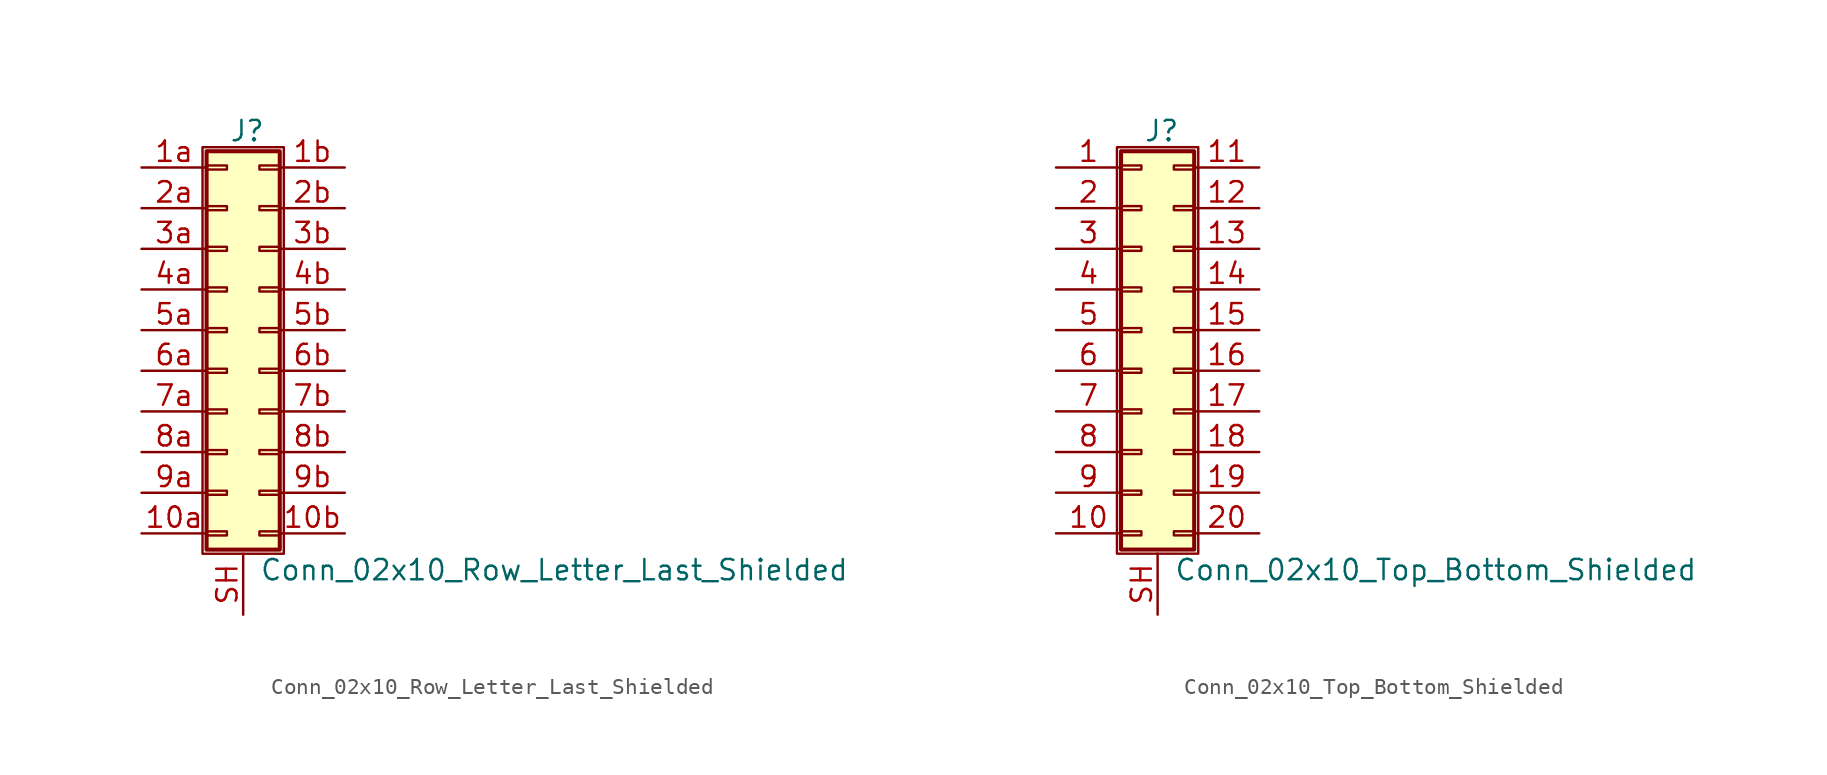
<source format=kicad_sym>
(kicad_symbol_lib
  (version 20201005)
  (generator kicad_symbol_editor)
  (symbol "Connector_Generic_Shielded:Conn_02x10_Row_Letter_Last_Shielded"
    (pin_names
      (offset 1.016) hide)
    (property "Reference" "J"
      (at 1.524 12.446 0)
      (effects (font (size 1.27 1.27))))
    (property "Value" "Conn_02x10_Row_Letter_Last_Shielded"
      (at 2.286 -14.986 0)
      (effects (font (size 1.27 1.27)) (justify left)))
    (symbol "Conn_02x10_Row_Letter_Last_Shielded_1_1"
      (rectangle (start -1.016 -4.953) (end 0.254 -5.207) (stroke (width 0.152)) (fill (type none)))
      (rectangle (start -1.016 -7.493) (end 0.254 -7.747) (stroke (width 0.152)) (fill (type none)))
      (rectangle (start -1.016 -10.033) (end 0.254 -10.287) (stroke (width 0.152)) (fill (type none)))
      (rectangle (start -1.016 -12.573) (end 0.254 -12.827) (stroke (width 0.152)) (fill (type none)))
      (rectangle (start -1.016 -2.413) (end 0.254 -2.667) (stroke (width 0.152)) (fill (type none)))
      (rectangle (start -1.016 2.667) (end 0.254 2.413) (stroke (width 0.152)) (fill (type none)))
      (rectangle (start -1.016 5.207) (end 0.254 4.953) (stroke (width 0.152)) (fill (type none)))
      (rectangle (start -1.016 7.747) (end 0.254 7.493) (stroke (width 0.152)) (fill (type none)))
      (rectangle (start -1.016 10.287) (end 0.254 10.033) (stroke (width 0.152)) (fill (type none)))
      (rectangle (start -1.016 11.176) (end 3.556 -13.716) (stroke (width 0.254)) (fill (type background)))
      (rectangle (start -1.016 0.127) (end 0.254 -0.127) (stroke (width 0.152)) (fill (type none)))
      (rectangle (start -1.27 11.43) (end 3.81 -13.97) (stroke (width 0.152)) (fill (type none)))
      (rectangle (start 3.556 -4.953) (end 2.286 -5.207) (stroke (width 0.152)) (fill (type none)))
      (rectangle (start 3.556 -7.493) (end 2.286 -7.747) (stroke (width 0.152)) (fill (type none)))
      (rectangle (start 3.556 -10.033) (end 2.286 -10.287) (stroke (width 0.152)) (fill (type none)))
      (rectangle (start 3.556 -12.573) (end 2.286 -12.827) (stroke (width 0.152)) (fill (type none)))
      (rectangle (start 3.556 -2.413) (end 2.286 -2.667) (stroke (width 0.152)) (fill (type none)))
      (rectangle (start 3.556 2.667) (end 2.286 2.413) (stroke (width 0.152)) (fill (type none)))
      (rectangle (start 3.556 5.207) (end 2.286 4.953) (stroke (width 0.152)) (fill (type none)))
      (rectangle (start 3.556 7.747) (end 2.286 7.493) (stroke (width 0.152)) (fill (type none)))
      (rectangle (start 3.556 10.287) (end 2.286 10.033) (stroke (width 0.152)) (fill (type none)))
      (rectangle (start 3.556 0.127) (end 2.286 -0.127) (stroke (width 0.152)) (fill (type none)))
      (pin passive line (at -5.08 -12.7 0) (length 4.064) (name "Pin_10a" (effects (font (size 1.27 1.27)))) (number "10a" (effects (font (size 1.27 1.27)))))
      (pin passive line (at 7.62 -12.7 180) (length 4.064) (name "Pin_10b" (effects (font (size 1.27 1.27)))) (number "10b" (effects (font (size 1.27 1.27)))))
      (pin passive line (at -5.08 10.16 0) (length 4.064) (name "Pin_1a" (effects (font (size 1.27 1.27)))) (number "1a" (effects (font (size 1.27 1.27)))))
      (pin passive line (at 7.62 10.16 180) (length 4.064) (name "Pin_1b" (effects (font (size 1.27 1.27)))) (number "1b" (effects (font (size 1.27 1.27)))))
      (pin passive line (at -5.08 7.62 0) (length 4.064) (name "Pin_2a" (effects (font (size 1.27 1.27)))) (number "2a" (effects (font (size 1.27 1.27)))))
      (pin passive line (at 7.62 7.62 180) (length 4.064) (name "Pin_2b" (effects (font (size 1.27 1.27)))) (number "2b" (effects (font (size 1.27 1.27)))))
      (pin passive line (at -5.08 5.08 0) (length 4.064) (name "Pin_3a" (effects (font (size 1.27 1.27)))) (number "3a" (effects (font (size 1.27 1.27)))))
      (pin passive line (at 7.62 5.08 180) (length 4.064) (name "Pin_3b" (effects (font (size 1.27 1.27)))) (number "3b" (effects (font (size 1.27 1.27)))))
      (pin passive line (at -5.08 2.54 0) (length 4.064) (name "Pin_4a" (effects (font (size 1.27 1.27)))) (number "4a" (effects (font (size 1.27 1.27)))))
      (pin passive line (at 7.62 2.54 180) (length 4.064) (name "Pin_4b" (effects (font (size 1.27 1.27)))) (number "4b" (effects (font (size 1.27 1.27)))))
      (pin passive line (at -5.08 0 0) (length 4.064) (name "Pin_5a" (effects (font (size 1.27 1.27)))) (number "5a" (effects (font (size 1.27 1.27)))))
      (pin passive line (at 7.62 0 180) (length 4.064) (name "Pin_5b" (effects (font (size 1.27 1.27)))) (number "5b" (effects (font (size 1.27 1.27)))))
      (pin passive line (at -5.08 -2.54 0) (length 4.064) (name "Pin_6a" (effects (font (size 1.27 1.27)))) (number "6a" (effects (font (size 1.27 1.27)))))
      (pin passive line (at 7.62 -2.54 180) (length 4.064) (name "Pin_6b" (effects (font (size 1.27 1.27)))) (number "6b" (effects (font (size 1.27 1.27)))))
      (pin passive line (at -5.08 -5.08 0) (length 4.064) (name "Pin_7a" (effects (font (size 1.27 1.27)))) (number "7a" (effects (font (size 1.27 1.27)))))
      (pin passive line (at 7.62 -5.08 180) (length 4.064) (name "Pin_7b" (effects (font (size 1.27 1.27)))) (number "7b" (effects (font (size 1.27 1.27)))))
      (pin passive line (at -5.08 -7.62 0) (length 4.064) (name "Pin_8a" (effects (font (size 1.27 1.27)))) (number "8a" (effects (font (size 1.27 1.27)))))
      (pin passive line (at 7.62 -7.62 180) (length 4.064) (name "Pin_8b" (effects (font (size 1.27 1.27)))) (number "8b" (effects (font (size 1.27 1.27)))))
      (pin passive line (at -5.08 -10.16 0) (length 4.064) (name "Pin_9a" (effects (font (size 1.27 1.27)))) (number "9a" (effects (font (size 1.27 1.27)))))
      (pin passive line (at 7.62 -10.16 180) (length 4.064) (name "Pin_9b" (effects (font (size 1.27 1.27)))) (number "9b" (effects (font (size 1.27 1.27)))))
      (pin passive line (at 1.27 -17.78 90) (length 3.81) (name "Shield" (effects (font (size 1.27 1.27)))) (number "SH" (effects (font (size 1.27 1.27)))))))
  (symbol "Connector_Generic_Shielded:Conn_02x10_Top_Bottom_Shielded"
    (pin_names
      (offset 1.016) hide)
    (property "Reference" "J"
      (at 1.524 12.446 0)
      (effects (font (size 1.27 1.27))))
    (property "Value" "Conn_02x10_Top_Bottom_Shielded"
      (at 2.286 -14.986 0)
      (effects (font (size 1.27 1.27)) (justify left)))
    (symbol "Conn_02x10_Top_Bottom_Shielded_1_1"
      (rectangle (start -1.016 -4.953) (end 0.254 -5.207) (stroke (width 0.152)) (fill (type none)))
      (rectangle (start -1.016 -7.493) (end 0.254 -7.747) (stroke (width 0.152)) (fill (type none)))
      (rectangle (start -1.016 -10.033) (end 0.254 -10.287) (stroke (width 0.152)) (fill (type none)))
      (rectangle (start -1.016 -12.573) (end 0.254 -12.827) (stroke (width 0.152)) (fill (type none)))
      (rectangle (start -1.016 -2.413) (end 0.254 -2.667) (stroke (width 0.152)) (fill (type none)))
      (rectangle (start -1.016 2.667) (end 0.254 2.413) (stroke (width 0.152)) (fill (type none)))
      (rectangle (start -1.016 5.207) (end 0.254 4.953) (stroke (width 0.152)) (fill (type none)))
      (rectangle (start -1.016 7.747) (end 0.254 7.493) (stroke (width 0.152)) (fill (type none)))
      (rectangle (start -1.016 10.287) (end 0.254 10.033) (stroke (width 0.152)) (fill (type none)))
      (rectangle (start -1.016 11.176) (end 3.556 -13.716) (stroke (width 0.254)) (fill (type background)))
      (rectangle (start -1.016 0.127) (end 0.254 -0.127) (stroke (width 0.152)) (fill (type none)))
      (rectangle (start -1.27 11.43) (end 3.81 -13.97) (stroke (width 0.152)) (fill (type none)))
      (rectangle (start 3.556 -4.953) (end 2.286 -5.207) (stroke (width 0.152)) (fill (type none)))
      (rectangle (start 3.556 -7.493) (end 2.286 -7.747) (stroke (width 0.152)) (fill (type none)))
      (rectangle (start 3.556 -10.033) (end 2.286 -10.287) (stroke (width 0.152)) (fill (type none)))
      (rectangle (start 3.556 -12.573) (end 2.286 -12.827) (stroke (width 0.152)) (fill (type none)))
      (rectangle (start 3.556 -2.413) (end 2.286 -2.667) (stroke (width 0.152)) (fill (type none)))
      (rectangle (start 3.556 2.667) (end 2.286 2.413) (stroke (width 0.152)) (fill (type none)))
      (rectangle (start 3.556 5.207) (end 2.286 4.953) (stroke (width 0.152)) (fill (type none)))
      (rectangle (start 3.556 7.747) (end 2.286 7.493) (stroke (width 0.152)) (fill (type none)))
      (rectangle (start 3.556 10.287) (end 2.286 10.033) (stroke (width 0.152)) (fill (type none)))
      (rectangle (start 3.556 0.127) (end 2.286 -0.127) (stroke (width 0.152)) (fill (type none)))
      (pin passive line (at -5.08 10.16 0) (length 4.064) (name "Pin_1" (effects (font (size 1.27 1.27)))) (number "1" (effects (font (size 1.27 1.27)))))
      (pin passive line (at -5.08 -12.7 0) (length 4.064) (name "Pin_10" (effects (font (size 1.27 1.27)))) (number "10" (effects (font (size 1.27 1.27)))))
      (pin passive line (at 7.62 10.16 180) (length 4.064) (name "Pin_11" (effects (font (size 1.27 1.27)))) (number "11" (effects (font (size 1.27 1.27)))))
      (pin passive line (at 7.62 7.62 180) (length 4.064) (name "Pin_12" (effects (font (size 1.27 1.27)))) (number "12" (effects (font (size 1.27 1.27)))))
      (pin passive line (at 7.62 5.08 180) (length 4.064) (name "Pin_13" (effects (font (size 1.27 1.27)))) (number "13" (effects (font (size 1.27 1.27)))))
      (pin passive line (at 7.62 2.54 180) (length 4.064) (name "Pin_14" (effects (font (size 1.27 1.27)))) (number "14" (effects (font (size 1.27 1.27)))))
      (pin passive line (at 7.62 0 180) (length 4.064) (name "Pin_15" (effects (font (size 1.27 1.27)))) (number "15" (effects (font (size 1.27 1.27)))))
      (pin passive line (at 7.62 -2.54 180) (length 4.064) (name "Pin_16" (effects (font (size 1.27 1.27)))) (number "16" (effects (font (size 1.27 1.27)))))
      (pin passive line (at 7.62 -5.08 180) (length 4.064) (name "Pin_17" (effects (font (size 1.27 1.27)))) (number "17" (effects (font (size 1.27 1.27)))))
      (pin passive line (at 7.62 -7.62 180) (length 4.064) (name "Pin_18" (effects (font (size 1.27 1.27)))) (number "18" (effects (font (size 1.27 1.27)))))
      (pin passive line (at 7.62 -10.16 180) (length 4.064) (name "Pin_19" (effects (font (size 1.27 1.27)))) (number "19" (effects (font (size 1.27 1.27)))))
      (pin passive line (at -5.08 7.62 0) (length 4.064) (name "Pin_2" (effects (font (size 1.27 1.27)))) (number "2" (effects (font (size 1.27 1.27)))))
      (pin passive line (at 7.62 -12.7 180) (length 4.064) (name "Pin_20" (effects (font (size 1.27 1.27)))) (number "20" (effects (font (size 1.27 1.27)))))
      (pin passive line (at -5.08 5.08 0) (length 4.064) (name "Pin_3" (effects (font (size 1.27 1.27)))) (number "3" (effects (font (size 1.27 1.27)))))
      (pin passive line (at -5.08 2.54 0) (length 4.064) (name "Pin_4" (effects (font (size 1.27 1.27)))) (number "4" (effects (font (size 1.27 1.27)))))
      (pin passive line (at -5.08 0 0) (length 4.064) (name "Pin_5" (effects (font (size 1.27 1.27)))) (number "5" (effects (font (size 1.27 1.27)))))
      (pin passive line (at -5.08 -2.54 0) (length 4.064) (name "Pin_6" (effects (font (size 1.27 1.27)))) (number "6" (effects (font (size 1.27 1.27)))))
      (pin passive line (at -5.08 -5.08 0) (length 4.064) (name "Pin_7" (effects (font (size 1.27 1.27)))) (number "7" (effects (font (size 1.27 1.27)))))
      (pin passive line (at -5.08 -7.62 0) (length 4.064) (name "Pin_8" (effects (font (size 1.27 1.27)))) (number "8" (effects (font (size 1.27 1.27)))))
      (pin passive line (at -5.08 -10.16 0) (length 4.064) (name "Pin_9" (effects (font (size 1.27 1.27)))) (number "9" (effects (font (size 1.27 1.27)))))
      (pin passive line (at 1.27 -17.78 90) (length 3.81) (name "Shield" (effects (font (size 1.27 1.27)))) (number "SH" (effects (font (size 1.27 1.27))))))))
</source>
